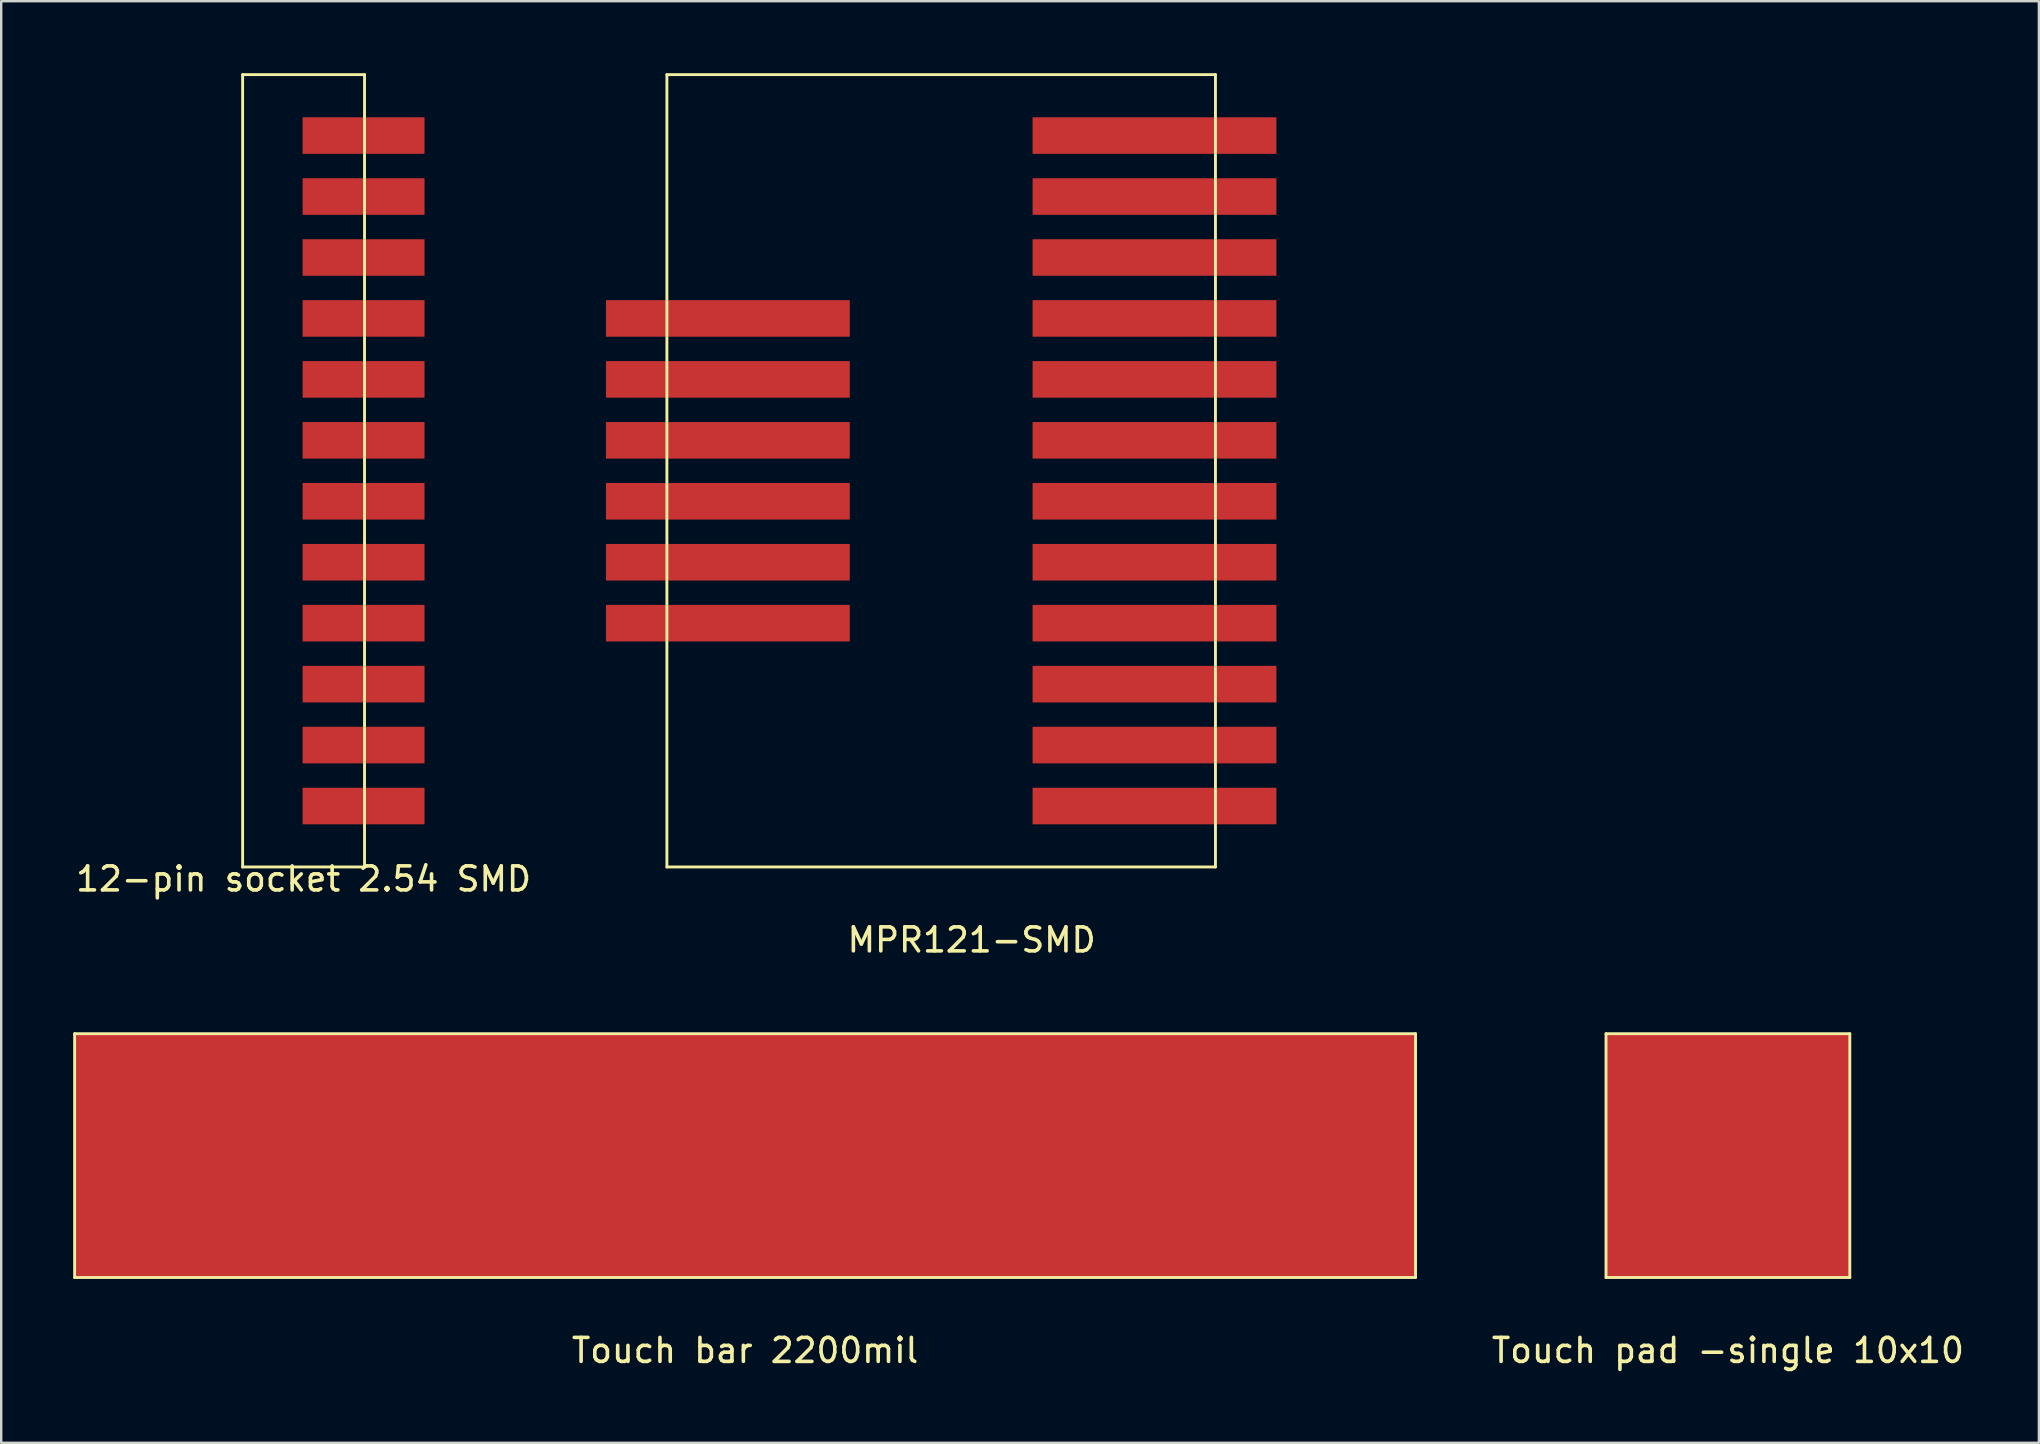
<source format=kicad_pcb>
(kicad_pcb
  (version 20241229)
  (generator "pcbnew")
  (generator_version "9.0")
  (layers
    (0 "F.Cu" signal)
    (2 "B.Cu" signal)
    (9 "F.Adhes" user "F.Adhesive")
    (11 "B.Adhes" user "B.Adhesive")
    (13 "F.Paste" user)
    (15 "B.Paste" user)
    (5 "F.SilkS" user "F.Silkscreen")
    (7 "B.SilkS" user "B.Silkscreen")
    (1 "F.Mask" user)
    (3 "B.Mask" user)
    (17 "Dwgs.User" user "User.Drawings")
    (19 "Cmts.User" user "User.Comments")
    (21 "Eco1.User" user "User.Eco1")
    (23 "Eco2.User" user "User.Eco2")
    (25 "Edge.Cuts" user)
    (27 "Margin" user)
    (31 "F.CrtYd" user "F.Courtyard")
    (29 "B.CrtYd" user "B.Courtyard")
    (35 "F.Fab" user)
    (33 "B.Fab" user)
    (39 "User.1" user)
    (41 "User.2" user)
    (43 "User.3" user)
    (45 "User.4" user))
  (footprint "Touch pad -single 10x10"
    (layer "F.Cu")
    (at 68.958 52.728)
    (property "Reference" "Touch pad -single 10x10" (at 0 0.5 0) (layer "F.SilkS") (effects (font (size 1 1) (thickness 0.15))))
    (attr through_hole)
    (fp_line (start -5.08 -12.7) (end -5.08 -2.54) (stroke (width 0.12) (type solid)) (layer "F.SilkS"))
    (fp_line (start -5.08 -2.54) (end 5.08 -2.54) (stroke (width 0.12) (type solid)) (layer "F.SilkS"))
    (fp_line (start 5.08 -12.7) (end -5.08 -12.7) (stroke (width 0.12) (type solid)) (layer "F.SilkS"))
    (fp_line (start 5.08 -2.54) (end 5.08 -12.7) (stroke (width 0.12) (type solid)) (layer "F.SilkS"))
    (pad "1" smd rect (at 0 -7.62) (size 10.16 10.16) (layers "F.Cu" "F.Mask" "F.Paste")))
  (footprint "MPR121-SMD"
    (layer "F.Cu")
    (at 37.442 35.62)
    (property "Reference" "MPR121-SMD" (at 0 0.5 0) (layer "F.SilkS") (effects (font (size 1 1) (thickness 0.15))))
    (attr through_hole)
    (fp_line (start -12.7 -35.56) (end 10.16 -35.56) (stroke (width 0.12) (type solid)) (layer "F.SilkS"))
    (fp_line (start -12.7 -2.54) (end -12.7 -35.56) (stroke (width 0.12) (type solid)) (layer "F.SilkS"))
    (fp_line (start 10.16 -35.56) (end 10.16 -2.54) (stroke (width 0.12) (type solid)) (layer "F.SilkS"))
    (fp_line (start 10.16 -2.54) (end -12.7 -2.54) (stroke (width 0.12) (type solid)) (layer "F.SilkS"))
    (pad "1" smd rect (at 7.62 -5.08) (size 10.16 1.524) (layers "F.Cu" "F.Mask" "F.Paste"))
    (pad "2" smd rect (at 7.62 -7.62) (size 10.16 1.524) (layers "F.Cu" "F.Mask" "F.Paste"))
    (pad "3" smd rect (at 7.62 -10.16) (size 10.16 1.524) (layers "F.Cu" "F.Mask" "F.Paste"))
    (pad "4" smd rect (at 7.62 -12.7) (size 10.16 1.524) (layers "F.Cu" "F.Mask" "F.Paste"))
    (pad "5" smd rect (at 7.62 -15.24) (size 10.16 1.524) (layers "F.Cu" "F.Mask" "F.Paste"))
    (pad "6" smd rect (at 7.62 -17.78) (size 10.16 1.524) (layers "F.Cu" "F.Mask" "F.Paste"))
    (pad "7" smd rect (at 7.62 -20.32) (size 10.16 1.524) (layers "F.Cu" "F.Mask" "F.Paste"))
    (pad "8" smd rect (at 7.62 -22.86) (size 10.16 1.524) (layers "F.Cu" "F.Mask" "F.Paste"))
    (pad "9" smd rect (at 7.62 -25.4) (size 10.16 1.524) (layers "F.Cu" "F.Mask" "F.Paste"))
    (pad "10" smd rect (at 7.62 -27.94) (size 10.16 1.524) (layers "F.Cu" "F.Mask" "F.Paste"))
    (pad "11" smd rect (at 7.62 -30.48) (size 10.16 1.524) (layers "F.Cu" "F.Mask" "F.Paste"))
    (pad "12" smd rect (at 7.62 -33.02) (size 10.16 1.524) (layers "F.Cu" "F.Mask" "F.Paste"))
    (pad "13" smd rect (at -10.16 -25.4) (size 10.16 1.524) (layers "F.Cu" "F.Mask" "F.Paste"))
    (pad "14" smd rect (at -10.16 -22.86) (size 10.16 1.524) (layers "F.Cu" "F.Mask" "F.Paste"))
    (pad "15" smd rect (at -10.16 -20.32) (size 10.16 1.524) (layers "F.Cu" "F.Mask" "F.Paste"))
    (pad "16" smd rect (at -10.16 -17.78) (size 10.16 1.524) (layers "F.Cu" "F.Mask" "F.Paste"))
    (pad "17" smd rect (at -10.16 -15.24) (size 10.16 1.524) (layers "F.Cu" "F.Mask" "F.Paste"))
    (pad "18" smd rect (at -10.16 -12.7) (size 10.16 1.524) (layers "F.Cu" "F.Mask" "F.Paste")))
  (footprint "Touch bar 2200mil"
    (layer "F.Cu")
    (at 28 52.728)
    (property "Reference" "Touch bar 2200mil" (at 0 0.5 0) (layer "F.SilkS") (effects (font (size 1 1) (thickness 0.15))))
    (attr through_hole)
    (fp_line (start -27.94 -12.7) (end 27.94 -12.7) (stroke (width 0.12) (type solid)) (layer "F.SilkS"))
    (fp_line (start -27.94 -2.54) (end -27.94 -12.7) (stroke (width 0.12) (type solid)) (layer "F.SilkS"))
    (fp_line (start 27.94 -12.7) (end 27.94 -2.54) (stroke (width 0.12) (type solid)) (layer "F.SilkS"))
    (fp_line (start 27.94 -2.54) (end -27.94 -2.54) (stroke (width 0.12) (type solid)) (layer "F.SilkS"))
    (pad "1" smd rect (at 0 -7.62) (size 55.88 10.16) (layers "F.Cu" "F.Mask" "F.Paste")))
  (footprint "12-pin socket 2.54 SMD"
    (layer "F.Cu")
    (at 9.601 33.08)
    (property "Reference" "12-pin socket 2.54 SMD" (at 0 0.5 0) (layer "F.SilkS") (effects (font (size 1 1) (thickness 0.15))))
    (attr through_hole)
    (fp_line (start -2.54 -33.02) (end 2.54 -33.02) (stroke (width 0.12) (type solid)) (layer "F.SilkS"))
    (fp_line (start -2.54 0) (end -2.54 -33.02) (stroke (width 0.12) (type solid)) (layer "F.SilkS"))
    (fp_line (start 2.54 -33.02) (end 2.54 0) (stroke (width 0.12) (type solid)) (layer "F.SilkS"))
    (fp_line (start 2.54 0) (end -2.54 0) (stroke (width 0.12) (type solid)) (layer "F.SilkS"))
    (pad "1" smd rect (at 0 -30.48) (size 5.08 1.524) (drill (offset 2.5 0)) (layers "F.Cu" "F.Mask" "F.Paste"))
    (pad "2" smd rect (at 0 -27.94) (size 5.08 1.524) (drill (offset 2.5 0)) (layers "F.Cu" "F.Mask" "F.Paste"))
    (pad "3" smd rect (at 0 -25.4) (size 5.08 1.524) (drill (offset 2.5 0)) (layers "F.Cu" "F.Mask" "F.Paste"))
    (pad "4" smd rect (at 0 -22.86) (size 5.08 1.524) (drill (offset 2.5 0)) (layers "F.Cu" "F.Mask" "F.Paste"))
    (pad "5" smd rect (at 0 -20.32) (size 5.08 1.524) (drill (offset 2.5 0)) (layers "F.Cu" "F.Mask" "F.Paste"))
    (pad "6" smd rect (at 0 -17.78) (size 5.08 1.524) (drill (offset 2.5 0)) (layers "F.Cu" "F.Mask" "F.Paste"))
    (pad "7" smd rect (at 0 -15.24) (size 5.08 1.524) (drill (offset 2.5 0)) (layers "F.Cu" "F.Mask" "F.Paste"))
    (pad "8" smd rect (at 0 -12.7) (size 5.08 1.524) (drill (offset 2.5 0)) (layers "F.Cu" "F.Mask" "F.Paste"))
    (pad "9" smd rect (at 0 -10.16) (size 5.08 1.524) (drill (offset 2.5 0)) (layers "F.Cu" "F.Mask" "F.Paste"))
    (pad "10" smd rect (at 0 -7.62) (size 5.08 1.524) (drill (offset 2.5 0)) (layers "F.Cu" "F.Mask" "F.Paste"))
    (pad "11" smd rect (at 0 -5.08) (size 5.08 1.524) (drill (offset 2.5 0)) (layers "F.Cu" "F.Mask" "F.Paste"))
    (pad "12" smd rect (at 0 -2.54) (size 5.08 1.524) (drill (offset 2.5 0)) (layers "F.Cu" "F.Mask" "F.Paste")))
  (gr_rect
    (start -3 -3)
    (end 81.917 57.077)
    (stroke (width 0.1) (type default))
    (fill no)
    (layer "Edge.Cuts")))
</source>
